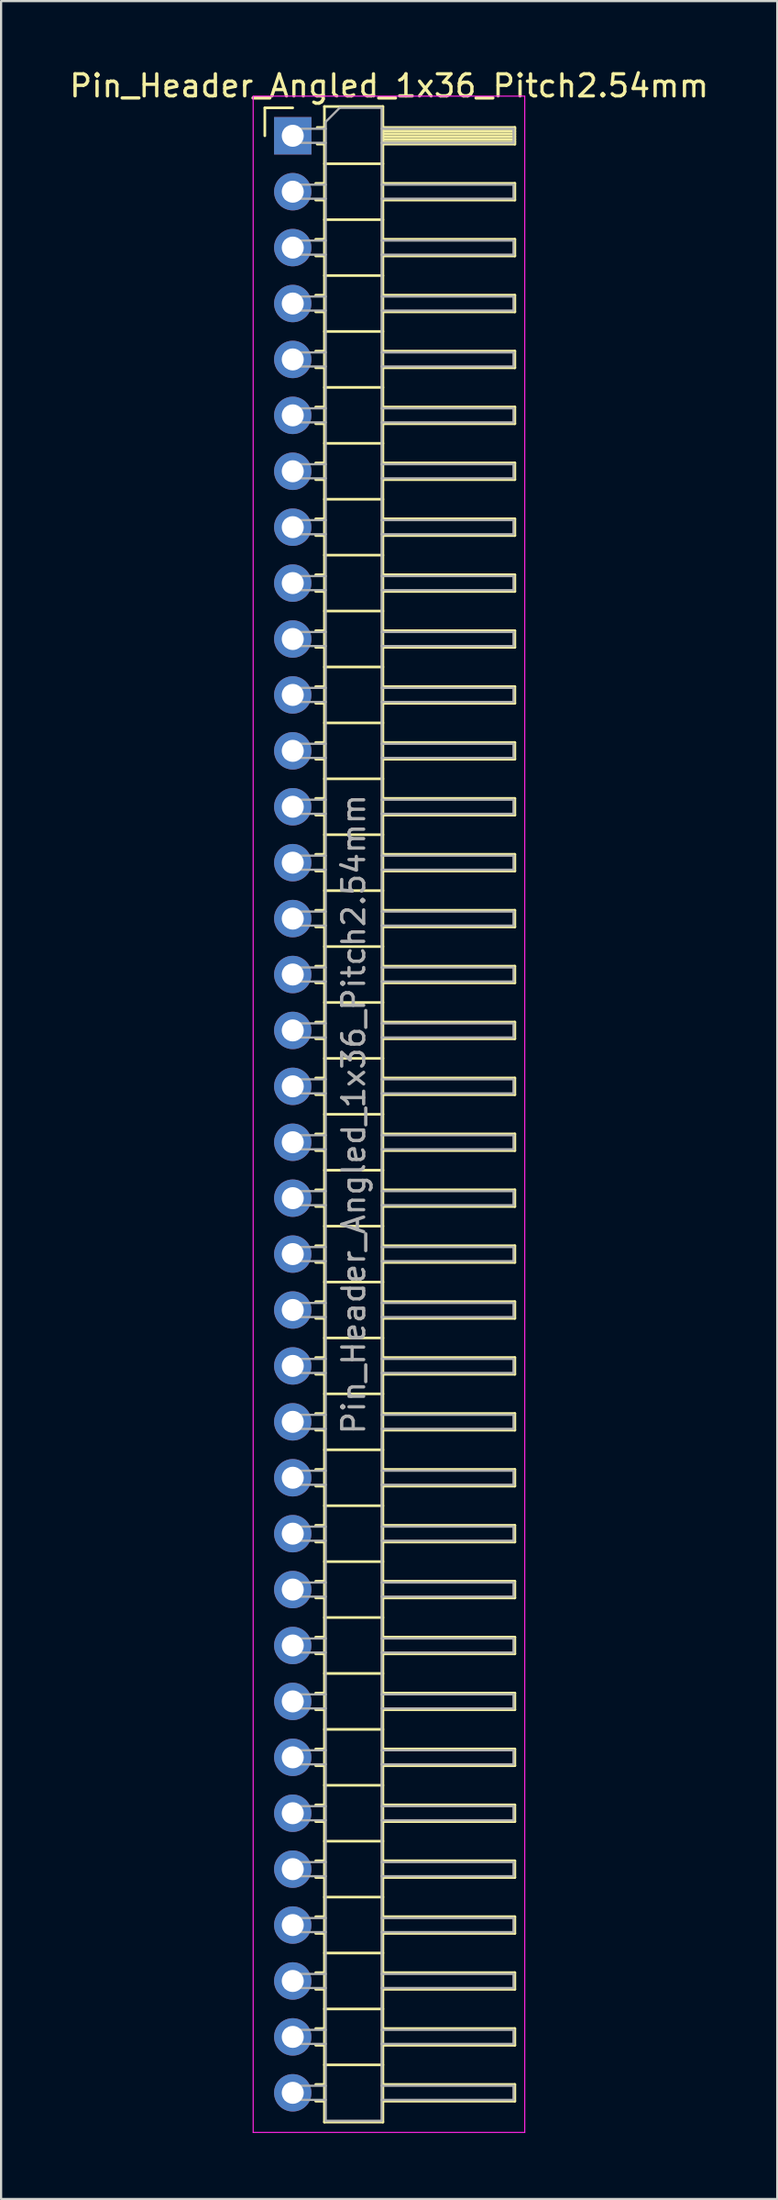
<source format=kicad_pcb>
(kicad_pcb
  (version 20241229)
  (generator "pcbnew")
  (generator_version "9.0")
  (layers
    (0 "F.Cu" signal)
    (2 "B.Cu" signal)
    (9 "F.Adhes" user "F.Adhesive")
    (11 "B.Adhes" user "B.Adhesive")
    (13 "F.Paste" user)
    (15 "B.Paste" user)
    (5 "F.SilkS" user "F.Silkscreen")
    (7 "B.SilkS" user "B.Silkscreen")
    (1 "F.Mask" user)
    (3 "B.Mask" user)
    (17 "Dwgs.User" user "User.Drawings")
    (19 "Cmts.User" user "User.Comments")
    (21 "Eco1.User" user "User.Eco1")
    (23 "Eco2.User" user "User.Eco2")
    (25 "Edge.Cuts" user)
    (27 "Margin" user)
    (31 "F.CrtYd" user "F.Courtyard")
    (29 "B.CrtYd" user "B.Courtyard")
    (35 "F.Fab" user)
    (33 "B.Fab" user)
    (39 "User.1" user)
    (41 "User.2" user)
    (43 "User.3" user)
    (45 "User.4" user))
  (footprint "Pin_Header_Angled_1x36_Pitch2.54mm"
    (layer "F.Cu")
    (at 10.264 3.118)
    (property "Reference" "Pin_Header_Angled_1x36_Pitch2.54mm" (at 4.385 -2.27 0) (layer "F.SilkS") (effects (font (size 1 1) (thickness 0.15))))
    (attr through_hole)
    (fp_line (start -1.27 -1.27) (end 0 -1.27) (stroke (width 0.12) (type solid)) (layer "F.SilkS"))
    (fp_line (start -1.27 0) (end -1.27 -1.27) (stroke (width 0.12) (type solid)) (layer "F.SilkS"))
    (fp_line (start 1.043 2.16) (end 1.44 2.16) (stroke (width 0.12) (type solid)) (layer "F.SilkS"))
    (fp_line (start 1.043 2.92) (end 1.44 2.92) (stroke (width 0.12) (type solid)) (layer "F.SilkS"))
    (fp_line (start 1.043 4.7) (end 1.44 4.7) (stroke (width 0.12) (type solid)) (layer "F.SilkS"))
    (fp_line (start 1.043 5.46) (end 1.44 5.46) (stroke (width 0.12) (type solid)) (layer "F.SilkS"))
    (fp_line (start 1.043 7.24) (end 1.44 7.24) (stroke (width 0.12) (type solid)) (layer "F.SilkS"))
    (fp_line (start 1.043 8) (end 1.44 8) (stroke (width 0.12) (type solid)) (layer "F.SilkS"))
    (fp_line (start 1.043 9.78) (end 1.44 9.78) (stroke (width 0.12) (type solid)) (layer "F.SilkS"))
    (fp_line (start 1.043 10.54) (end 1.44 10.54) (stroke (width 0.12) (type solid)) (layer "F.SilkS"))
    (fp_line (start 1.043 12.32) (end 1.44 12.32) (stroke (width 0.12) (type solid)) (layer "F.SilkS"))
    (fp_line (start 1.043 13.08) (end 1.44 13.08) (stroke (width 0.12) (type solid)) (layer "F.SilkS"))
    (fp_line (start 1.043 14.86) (end 1.44 14.86) (stroke (width 0.12) (type solid)) (layer "F.SilkS"))
    (fp_line (start 1.043 15.62) (end 1.44 15.62) (stroke (width 0.12) (type solid)) (layer "F.SilkS"))
    (fp_line (start 1.043 17.4) (end 1.44 17.4) (stroke (width 0.12) (type solid)) (layer "F.SilkS"))
    (fp_line (start 1.043 18.16) (end 1.44 18.16) (stroke (width 0.12) (type solid)) (layer "F.SilkS"))
    (fp_line (start 1.043 19.94) (end 1.44 19.94) (stroke (width 0.12) (type solid)) (layer "F.SilkS"))
    (fp_line (start 1.043 20.7) (end 1.44 20.7) (stroke (width 0.12) (type solid)) (layer "F.SilkS"))
    (fp_line (start 1.043 22.48) (end 1.44 22.48) (stroke (width 0.12) (type solid)) (layer "F.SilkS"))
    (fp_line (start 1.043 23.24) (end 1.44 23.24) (stroke (width 0.12) (type solid)) (layer "F.SilkS"))
    (fp_line (start 1.043 25.02) (end 1.44 25.02) (stroke (width 0.12) (type solid)) (layer "F.SilkS"))
    (fp_line (start 1.043 25.78) (end 1.44 25.78) (stroke (width 0.12) (type solid)) (layer "F.SilkS"))
    (fp_line (start 1.043 27.56) (end 1.44 27.56) (stroke (width 0.12) (type solid)) (layer "F.SilkS"))
    (fp_line (start 1.043 28.32) (end 1.44 28.32) (stroke (width 0.12) (type solid)) (layer "F.SilkS"))
    (fp_line (start 1.043 30.1) (end 1.44 30.1) (stroke (width 0.12) (type solid)) (layer "F.SilkS"))
    (fp_line (start 1.043 30.86) (end 1.44 30.86) (stroke (width 0.12) (type solid)) (layer "F.SilkS"))
    (fp_line (start 1.043 32.64) (end 1.44 32.64) (stroke (width 0.12) (type solid)) (layer "F.SilkS"))
    (fp_line (start 1.043 33.4) (end 1.44 33.4) (stroke (width 0.12) (type solid)) (layer "F.SilkS"))
    (fp_line (start 1.043 35.18) (end 1.44 35.18) (stroke (width 0.12) (type solid)) (layer "F.SilkS"))
    (fp_line (start 1.043 35.94) (end 1.44 35.94) (stroke (width 0.12) (type solid)) (layer "F.SilkS"))
    (fp_line (start 1.043 37.72) (end 1.44 37.72) (stroke (width 0.12) (type solid)) (layer "F.SilkS"))
    (fp_line (start 1.043 38.48) (end 1.44 38.48) (stroke (width 0.12) (type solid)) (layer "F.SilkS"))
    (fp_line (start 1.043 40.26) (end 1.44 40.26) (stroke (width 0.12) (type solid)) (layer "F.SilkS"))
    (fp_line (start 1.043 41.02) (end 1.44 41.02) (stroke (width 0.12) (type solid)) (layer "F.SilkS"))
    (fp_line (start 1.043 42.8) (end 1.44 42.8) (stroke (width 0.12) (type solid)) (layer "F.SilkS"))
    (fp_line (start 1.043 43.56) (end 1.44 43.56) (stroke (width 0.12) (type solid)) (layer "F.SilkS"))
    (fp_line (start 1.043 45.34) (end 1.44 45.34) (stroke (width 0.12) (type solid)) (layer "F.SilkS"))
    (fp_line (start 1.043 46.1) (end 1.44 46.1) (stroke (width 0.12) (type solid)) (layer "F.SilkS"))
    (fp_line (start 1.043 47.88) (end 1.44 47.88) (stroke (width 0.12) (type solid)) (layer "F.SilkS"))
    (fp_line (start 1.043 48.64) (end 1.44 48.64) (stroke (width 0.12) (type solid)) (layer "F.SilkS"))
    (fp_line (start 1.043 50.42) (end 1.44 50.42) (stroke (width 0.12) (type solid)) (layer "F.SilkS"))
    (fp_line (start 1.043 51.18) (end 1.44 51.18) (stroke (width 0.12) (type solid)) (layer "F.SilkS"))
    (fp_line (start 1.043 52.96) (end 1.44 52.96) (stroke (width 0.12) (type solid)) (layer "F.SilkS"))
    (fp_line (start 1.043 53.72) (end 1.44 53.72) (stroke (width 0.12) (type solid)) (layer "F.SilkS"))
    (fp_line (start 1.043 55.5) (end 1.44 55.5) (stroke (width 0.12) (type solid)) (layer "F.SilkS"))
    (fp_line (start 1.043 56.26) (end 1.44 56.26) (stroke (width 0.12) (type solid)) (layer "F.SilkS"))
    (fp_line (start 1.043 58.04) (end 1.44 58.04) (stroke (width 0.12) (type solid)) (layer "F.SilkS"))
    (fp_line (start 1.043 58.8) (end 1.44 58.8) (stroke (width 0.12) (type solid)) (layer "F.SilkS"))
    (fp_line (start 1.043 60.58) (end 1.44 60.58) (stroke (width 0.12) (type solid)) (layer "F.SilkS"))
    (fp_line (start 1.043 61.34) (end 1.44 61.34) (stroke (width 0.12) (type solid)) (layer "F.SilkS"))
    (fp_line (start 1.043 63.12) (end 1.44 63.12) (stroke (width 0.12) (type solid)) (layer "F.SilkS"))
    (fp_line (start 1.043 63.88) (end 1.44 63.88) (stroke (width 0.12) (type solid)) (layer "F.SilkS"))
    (fp_line (start 1.043 65.66) (end 1.44 65.66) (stroke (width 0.12) (type solid)) (layer "F.SilkS"))
    (fp_line (start 1.043 66.42) (end 1.44 66.42) (stroke (width 0.12) (type solid)) (layer "F.SilkS"))
    (fp_line (start 1.043 68.2) (end 1.44 68.2) (stroke (width 0.12) (type solid)) (layer "F.SilkS"))
    (fp_line (start 1.043 68.96) (end 1.44 68.96) (stroke (width 0.12) (type solid)) (layer "F.SilkS"))
    (fp_line (start 1.043 70.74) (end 1.44 70.74) (stroke (width 0.12) (type solid)) (layer "F.SilkS"))
    (fp_line (start 1.043 71.5) (end 1.44 71.5) (stroke (width 0.12) (type solid)) (layer "F.SilkS"))
    (fp_line (start 1.043 73.28) (end 1.44 73.28) (stroke (width 0.12) (type solid)) (layer "F.SilkS"))
    (fp_line (start 1.043 74.04) (end 1.44 74.04) (stroke (width 0.12) (type solid)) (layer "F.SilkS"))
    (fp_line (start 1.043 75.82) (end 1.44 75.82) (stroke (width 0.12) (type solid)) (layer "F.SilkS"))
    (fp_line (start 1.043 76.58) (end 1.44 76.58) (stroke (width 0.12) (type solid)) (layer "F.SilkS"))
    (fp_line (start 1.043 78.36) (end 1.44 78.36) (stroke (width 0.12) (type solid)) (layer "F.SilkS"))
    (fp_line (start 1.043 79.12) (end 1.44 79.12) (stroke (width 0.12) (type solid)) (layer "F.SilkS"))
    (fp_line (start 1.043 80.9) (end 1.44 80.9) (stroke (width 0.12) (type solid)) (layer "F.SilkS"))
    (fp_line (start 1.043 81.66) (end 1.44 81.66) (stroke (width 0.12) (type solid)) (layer "F.SilkS"))
    (fp_line (start 1.043 83.44) (end 1.44 83.44) (stroke (width 0.12) (type solid)) (layer "F.SilkS"))
    (fp_line (start 1.043 84.2) (end 1.44 84.2) (stroke (width 0.12) (type solid)) (layer "F.SilkS"))
    (fp_line (start 1.043 85.98) (end 1.44 85.98) (stroke (width 0.12) (type solid)) (layer "F.SilkS"))
    (fp_line (start 1.043 86.74) (end 1.44 86.74) (stroke (width 0.12) (type solid)) (layer "F.SilkS"))
    (fp_line (start 1.043 88.52) (end 1.44 88.52) (stroke (width 0.12) (type solid)) (layer "F.SilkS"))
    (fp_line (start 1.043 89.28) (end 1.44 89.28) (stroke (width 0.12) (type solid)) (layer "F.SilkS"))
    (fp_line (start 1.11 -0.38) (end 1.44 -0.38) (stroke (width 0.12) (type solid)) (layer "F.SilkS"))
    (fp_line (start 1.11 0.38) (end 1.44 0.38) (stroke (width 0.12) (type solid)) (layer "F.SilkS"))
    (fp_line (start 1.44 -1.33) (end 1.44 90.23) (stroke (width 0.12) (type solid)) (layer "F.SilkS"))
    (fp_line (start 1.44 1.27) (end 4.1 1.27) (stroke (width 0.12) (type solid)) (layer "F.SilkS"))
    (fp_line (start 1.44 3.81) (end 4.1 3.81) (stroke (width 0.12) (type solid)) (layer "F.SilkS"))
    (fp_line (start 1.44 6.35) (end 4.1 6.35) (stroke (width 0.12) (type solid)) (layer "F.SilkS"))
    (fp_line (start 1.44 8.89) (end 4.1 8.89) (stroke (width 0.12) (type solid)) (layer "F.SilkS"))
    (fp_line (start 1.44 11.43) (end 4.1 11.43) (stroke (width 0.12) (type solid)) (layer "F.SilkS"))
    (fp_line (start 1.44 13.97) (end 4.1 13.97) (stroke (width 0.12) (type solid)) (layer "F.SilkS"))
    (fp_line (start 1.44 16.51) (end 4.1 16.51) (stroke (width 0.12) (type solid)) (layer "F.SilkS"))
    (fp_line (start 1.44 19.05) (end 4.1 19.05) (stroke (width 0.12) (type solid)) (layer "F.SilkS"))
    (fp_line (start 1.44 21.59) (end 4.1 21.59) (stroke (width 0.12) (type solid)) (layer "F.SilkS"))
    (fp_line (start 1.44 24.13) (end 4.1 24.13) (stroke (width 0.12) (type solid)) (layer "F.SilkS"))
    (fp_line (start 1.44 26.67) (end 4.1 26.67) (stroke (width 0.12) (type solid)) (layer "F.SilkS"))
    (fp_line (start 1.44 29.21) (end 4.1 29.21) (stroke (width 0.12) (type solid)) (layer "F.SilkS"))
    (fp_line (start 1.44 31.75) (end 4.1 31.75) (stroke (width 0.12) (type solid)) (layer "F.SilkS"))
    (fp_line (start 1.44 34.29) (end 4.1 34.29) (stroke (width 0.12) (type solid)) (layer "F.SilkS"))
    (fp_line (start 1.44 36.83) (end 4.1 36.83) (stroke (width 0.12) (type solid)) (layer "F.SilkS"))
    (fp_line (start 1.44 39.37) (end 4.1 39.37) (stroke (width 0.12) (type solid)) (layer "F.SilkS"))
    (fp_line (start 1.44 41.91) (end 4.1 41.91) (stroke (width 0.12) (type solid)) (layer "F.SilkS"))
    (fp_line (start 1.44 44.45) (end 4.1 44.45) (stroke (width 0.12) (type solid)) (layer "F.SilkS"))
    (fp_line (start 1.44 46.99) (end 4.1 46.99) (stroke (width 0.12) (type solid)) (layer "F.SilkS"))
    (fp_line (start 1.44 49.53) (end 4.1 49.53) (stroke (width 0.12) (type solid)) (layer "F.SilkS"))
    (fp_line (start 1.44 52.07) (end 4.1 52.07) (stroke (width 0.12) (type solid)) (layer "F.SilkS"))
    (fp_line (start 1.44 54.61) (end 4.1 54.61) (stroke (width 0.12) (type solid)) (layer "F.SilkS"))
    (fp_line (start 1.44 57.15) (end 4.1 57.15) (stroke (width 0.12) (type solid)) (layer "F.SilkS"))
    (fp_line (start 1.44 59.69) (end 4.1 59.69) (stroke (width 0.12) (type solid)) (layer "F.SilkS"))
    (fp_line (start 1.44 62.23) (end 4.1 62.23) (stroke (width 0.12) (type solid)) (layer "F.SilkS"))
    (fp_line (start 1.44 64.77) (end 4.1 64.77) (stroke (width 0.12) (type solid)) (layer "F.SilkS"))
    (fp_line (start 1.44 67.31) (end 4.1 67.31) (stroke (width 0.12) (type solid)) (layer "F.SilkS"))
    (fp_line (start 1.44 69.85) (end 4.1 69.85) (stroke (width 0.12) (type solid)) (layer "F.SilkS"))
    (fp_line (start 1.44 72.39) (end 4.1 72.39) (stroke (width 0.12) (type solid)) (layer "F.SilkS"))
    (fp_line (start 1.44 74.93) (end 4.1 74.93) (stroke (width 0.12) (type solid)) (layer "F.SilkS"))
    (fp_line (start 1.44 77.47) (end 4.1 77.47) (stroke (width 0.12) (type solid)) (layer "F.SilkS"))
    (fp_line (start 1.44 80.01) (end 4.1 80.01) (stroke (width 0.12) (type solid)) (layer "F.SilkS"))
    (fp_line (start 1.44 82.55) (end 4.1 82.55) (stroke (width 0.12) (type solid)) (layer "F.SilkS"))
    (fp_line (start 1.44 85.09) (end 4.1 85.09) (stroke (width 0.12) (type solid)) (layer "F.SilkS"))
    (fp_line (start 1.44 87.63) (end 4.1 87.63) (stroke (width 0.12) (type solid)) (layer "F.SilkS"))
    (fp_line (start 1.44 90.23) (end 4.1 90.23) (stroke (width 0.12) (type solid)) (layer "F.SilkS"))
    (fp_line (start 4.1 -1.33) (end 1.44 -1.33) (stroke (width 0.12) (type solid)) (layer "F.SilkS"))
    (fp_line (start 4.1 -0.38) (end 10.1 -0.38) (stroke (width 0.12) (type solid)) (layer "F.SilkS"))
    (fp_line (start 4.1 -0.32) (end 10.1 -0.32) (stroke (width 0.12) (type solid)) (layer "F.SilkS"))
    (fp_line (start 4.1 -0.2) (end 10.1 -0.2) (stroke (width 0.12) (type solid)) (layer "F.SilkS"))
    (fp_line (start 4.1 -0.08) (end 10.1 -0.08) (stroke (width 0.12) (type solid)) (layer "F.SilkS"))
    (fp_line (start 4.1 0.04) (end 10.1 0.04) (stroke (width 0.12) (type solid)) (layer "F.SilkS"))
    (fp_line (start 4.1 0.16) (end 10.1 0.16) (stroke (width 0.12) (type solid)) (layer "F.SilkS"))
    (fp_line (start 4.1 0.28) (end 10.1 0.28) (stroke (width 0.12) (type solid)) (layer "F.SilkS"))
    (fp_line (start 4.1 2.16) (end 10.1 2.16) (stroke (width 0.12) (type solid)) (layer "F.SilkS"))
    (fp_line (start 4.1 4.7) (end 10.1 4.7) (stroke (width 0.12) (type solid)) (layer "F.SilkS"))
    (fp_line (start 4.1 7.24) (end 10.1 7.24) (stroke (width 0.12) (type solid)) (layer "F.SilkS"))
    (fp_line (start 4.1 9.78) (end 10.1 9.78) (stroke (width 0.12) (type solid)) (layer "F.SilkS"))
    (fp_line (start 4.1 12.32) (end 10.1 12.32) (stroke (width 0.12) (type solid)) (layer "F.SilkS"))
    (fp_line (start 4.1 14.86) (end 10.1 14.86) (stroke (width 0.12) (type solid)) (layer "F.SilkS"))
    (fp_line (start 4.1 17.4) (end 10.1 17.4) (stroke (width 0.12) (type solid)) (layer "F.SilkS"))
    (fp_line (start 4.1 19.94) (end 10.1 19.94) (stroke (width 0.12) (type solid)) (layer "F.SilkS"))
    (fp_line (start 4.1 22.48) (end 10.1 22.48) (stroke (width 0.12) (type solid)) (layer "F.SilkS"))
    (fp_line (start 4.1 25.02) (end 10.1 25.02) (stroke (width 0.12) (type solid)) (layer "F.SilkS"))
    (fp_line (start 4.1 27.56) (end 10.1 27.56) (stroke (width 0.12) (type solid)) (layer "F.SilkS"))
    (fp_line (start 4.1 30.1) (end 10.1 30.1) (stroke (width 0.12) (type solid)) (layer "F.SilkS"))
    (fp_line (start 4.1 32.64) (end 10.1 32.64) (stroke (width 0.12) (type solid)) (layer "F.SilkS"))
    (fp_line (start 4.1 35.18) (end 10.1 35.18) (stroke (width 0.12) (type solid)) (layer "F.SilkS"))
    (fp_line (start 4.1 37.72) (end 10.1 37.72) (stroke (width 0.12) (type solid)) (layer "F.SilkS"))
    (fp_line (start 4.1 40.26) (end 10.1 40.26) (stroke (width 0.12) (type solid)) (layer "F.SilkS"))
    (fp_line (start 4.1 42.8) (end 10.1 42.8) (stroke (width 0.12) (type solid)) (layer "F.SilkS"))
    (fp_line (start 4.1 45.34) (end 10.1 45.34) (stroke (width 0.12) (type solid)) (layer "F.SilkS"))
    (fp_line (start 4.1 47.88) (end 10.1 47.88) (stroke (width 0.12) (type solid)) (layer "F.SilkS"))
    (fp_line (start 4.1 50.42) (end 10.1 50.42) (stroke (width 0.12) (type solid)) (layer "F.SilkS"))
    (fp_line (start 4.1 52.96) (end 10.1 52.96) (stroke (width 0.12) (type solid)) (layer "F.SilkS"))
    (fp_line (start 4.1 55.5) (end 10.1 55.5) (stroke (width 0.12) (type solid)) (layer "F.SilkS"))
    (fp_line (start 4.1 58.04) (end 10.1 58.04) (stroke (width 0.12) (type solid)) (layer "F.SilkS"))
    (fp_line (start 4.1 60.58) (end 10.1 60.58) (stroke (width 0.12) (type solid)) (layer "F.SilkS"))
    (fp_line (start 4.1 63.12) (end 10.1 63.12) (stroke (width 0.12) (type solid)) (layer "F.SilkS"))
    (fp_line (start 4.1 65.66) (end 10.1 65.66) (stroke (width 0.12) (type solid)) (layer "F.SilkS"))
    (fp_line (start 4.1 68.2) (end 10.1 68.2) (stroke (width 0.12) (type solid)) (layer "F.SilkS"))
    (fp_line (start 4.1 70.74) (end 10.1 70.74) (stroke (width 0.12) (type solid)) (layer "F.SilkS"))
    (fp_line (start 4.1 73.28) (end 10.1 73.28) (stroke (width 0.12) (type solid)) (layer "F.SilkS"))
    (fp_line (start 4.1 75.82) (end 10.1 75.82) (stroke (width 0.12) (type solid)) (layer "F.SilkS"))
    (fp_line (start 4.1 78.36) (end 10.1 78.36) (stroke (width 0.12) (type solid)) (layer "F.SilkS"))
    (fp_line (start 4.1 80.9) (end 10.1 80.9) (stroke (width 0.12) (type solid)) (layer "F.SilkS"))
    (fp_line (start 4.1 83.44) (end 10.1 83.44) (stroke (width 0.12) (type solid)) (layer "F.SilkS"))
    (fp_line (start 4.1 85.98) (end 10.1 85.98) (stroke (width 0.12) (type solid)) (layer "F.SilkS"))
    (fp_line (start 4.1 88.52) (end 10.1 88.52) (stroke (width 0.12) (type solid)) (layer "F.SilkS"))
    (fp_line (start 4.1 90.23) (end 4.1 -1.33) (stroke (width 0.12) (type solid)) (layer "F.SilkS"))
    (fp_line (start 10.1 -0.38) (end 10.1 0.38) (stroke (width 0.12) (type solid)) (layer "F.SilkS"))
    (fp_line (start 10.1 0.38) (end 4.1 0.38) (stroke (width 0.12) (type solid)) (layer "F.SilkS"))
    (fp_line (start 10.1 2.16) (end 10.1 2.92) (stroke (width 0.12) (type solid)) (layer "F.SilkS"))
    (fp_line (start 10.1 2.92) (end 4.1 2.92) (stroke (width 0.12) (type solid)) (layer "F.SilkS"))
    (fp_line (start 10.1 4.7) (end 10.1 5.46) (stroke (width 0.12) (type solid)) (layer "F.SilkS"))
    (fp_line (start 10.1 5.46) (end 4.1 5.46) (stroke (width 0.12) (type solid)) (layer "F.SilkS"))
    (fp_line (start 10.1 7.24) (end 10.1 8) (stroke (width 0.12) (type solid)) (layer "F.SilkS"))
    (fp_line (start 10.1 8) (end 4.1 8) (stroke (width 0.12) (type solid)) (layer "F.SilkS"))
    (fp_line (start 10.1 9.78) (end 10.1 10.54) (stroke (width 0.12) (type solid)) (layer "F.SilkS"))
    (fp_line (start 10.1 10.54) (end 4.1 10.54) (stroke (width 0.12) (type solid)) (layer "F.SilkS"))
    (fp_line (start 10.1 12.32) (end 10.1 13.08) (stroke (width 0.12) (type solid)) (layer "F.SilkS"))
    (fp_line (start 10.1 13.08) (end 4.1 13.08) (stroke (width 0.12) (type solid)) (layer "F.SilkS"))
    (fp_line (start 10.1 14.86) (end 10.1 15.62) (stroke (width 0.12) (type solid)) (layer "F.SilkS"))
    (fp_line (start 10.1 15.62) (end 4.1 15.62) (stroke (width 0.12) (type solid)) (layer "F.SilkS"))
    (fp_line (start 10.1 17.4) (end 10.1 18.16) (stroke (width 0.12) (type solid)) (layer "F.SilkS"))
    (fp_line (start 10.1 18.16) (end 4.1 18.16) (stroke (width 0.12) (type solid)) (layer "F.SilkS"))
    (fp_line (start 10.1 19.94) (end 10.1 20.7) (stroke (width 0.12) (type solid)) (layer "F.SilkS"))
    (fp_line (start 10.1 20.7) (end 4.1 20.7) (stroke (width 0.12) (type solid)) (layer "F.SilkS"))
    (fp_line (start 10.1 22.48) (end 10.1 23.24) (stroke (width 0.12) (type solid)) (layer "F.SilkS"))
    (fp_line (start 10.1 23.24) (end 4.1 23.24) (stroke (width 0.12) (type solid)) (layer "F.SilkS"))
    (fp_line (start 10.1 25.02) (end 10.1 25.78) (stroke (width 0.12) (type solid)) (layer "F.SilkS"))
    (fp_line (start 10.1 25.78) (end 4.1 25.78) (stroke (width 0.12) (type solid)) (layer "F.SilkS"))
    (fp_line (start 10.1 27.56) (end 10.1 28.32) (stroke (width 0.12) (type solid)) (layer "F.SilkS"))
    (fp_line (start 10.1 28.32) (end 4.1 28.32) (stroke (width 0.12) (type solid)) (layer "F.SilkS"))
    (fp_line (start 10.1 30.1) (end 10.1 30.86) (stroke (width 0.12) (type solid)) (layer "F.SilkS"))
    (fp_line (start 10.1 30.86) (end 4.1 30.86) (stroke (width 0.12) (type solid)) (layer "F.SilkS"))
    (fp_line (start 10.1 32.64) (end 10.1 33.4) (stroke (width 0.12) (type solid)) (layer "F.SilkS"))
    (fp_line (start 10.1 33.4) (end 4.1 33.4) (stroke (width 0.12) (type solid)) (layer "F.SilkS"))
    (fp_line (start 10.1 35.18) (end 10.1 35.94) (stroke (width 0.12) (type solid)) (layer "F.SilkS"))
    (fp_line (start 10.1 35.94) (end 4.1 35.94) (stroke (width 0.12) (type solid)) (layer "F.SilkS"))
    (fp_line (start 10.1 37.72) (end 10.1 38.48) (stroke (width 0.12) (type solid)) (layer "F.SilkS"))
    (fp_line (start 10.1 38.48) (end 4.1 38.48) (stroke (width 0.12) (type solid)) (layer "F.SilkS"))
    (fp_line (start 10.1 40.26) (end 10.1 41.02) (stroke (width 0.12) (type solid)) (layer "F.SilkS"))
    (fp_line (start 10.1 41.02) (end 4.1 41.02) (stroke (width 0.12) (type solid)) (layer "F.SilkS"))
    (fp_line (start 10.1 42.8) (end 10.1 43.56) (stroke (width 0.12) (type solid)) (layer "F.SilkS"))
    (fp_line (start 10.1 43.56) (end 4.1 43.56) (stroke (width 0.12) (type solid)) (layer "F.SilkS"))
    (fp_line (start 10.1 45.34) (end 10.1 46.1) (stroke (width 0.12) (type solid)) (layer "F.SilkS"))
    (fp_line (start 10.1 46.1) (end 4.1 46.1) (stroke (width 0.12) (type solid)) (layer "F.SilkS"))
    (fp_line (start 10.1 47.88) (end 10.1 48.64) (stroke (width 0.12) (type solid)) (layer "F.SilkS"))
    (fp_line (start 10.1 48.64) (end 4.1 48.64) (stroke (width 0.12) (type solid)) (layer "F.SilkS"))
    (fp_line (start 10.1 50.42) (end 10.1 51.18) (stroke (width 0.12) (type solid)) (layer "F.SilkS"))
    (fp_line (start 10.1 51.18) (end 4.1 51.18) (stroke (width 0.12) (type solid)) (layer "F.SilkS"))
    (fp_line (start 10.1 52.96) (end 10.1 53.72) (stroke (width 0.12) (type solid)) (layer "F.SilkS"))
    (fp_line (start 10.1 53.72) (end 4.1 53.72) (stroke (width 0.12) (type solid)) (layer "F.SilkS"))
    (fp_line (start 10.1 55.5) (end 10.1 56.26) (stroke (width 0.12) (type solid)) (layer "F.SilkS"))
    (fp_line (start 10.1 56.26) (end 4.1 56.26) (stroke (width 0.12) (type solid)) (layer "F.SilkS"))
    (fp_line (start 10.1 58.04) (end 10.1 58.8) (stroke (width 0.12) (type solid)) (layer "F.SilkS"))
    (fp_line (start 10.1 58.8) (end 4.1 58.8) (stroke (width 0.12) (type solid)) (layer "F.SilkS"))
    (fp_line (start 10.1 60.58) (end 10.1 61.34) (stroke (width 0.12) (type solid)) (layer "F.SilkS"))
    (fp_line (start 10.1 61.34) (end 4.1 61.34) (stroke (width 0.12) (type solid)) (layer "F.SilkS"))
    (fp_line (start 10.1 63.12) (end 10.1 63.88) (stroke (width 0.12) (type solid)) (layer "F.SilkS"))
    (fp_line (start 10.1 63.88) (end 4.1 63.88) (stroke (width 0.12) (type solid)) (layer "F.SilkS"))
    (fp_line (start 10.1 65.66) (end 10.1 66.42) (stroke (width 0.12) (type solid)) (layer "F.SilkS"))
    (fp_line (start 10.1 66.42) (end 4.1 66.42) (stroke (width 0.12) (type solid)) (layer "F.SilkS"))
    (fp_line (start 10.1 68.2) (end 10.1 68.96) (stroke (width 0.12) (type solid)) (layer "F.SilkS"))
    (fp_line (start 10.1 68.96) (end 4.1 68.96) (stroke (width 0.12) (type solid)) (layer "F.SilkS"))
    (fp_line (start 10.1 70.74) (end 10.1 71.5) (stroke (width 0.12) (type solid)) (layer "F.SilkS"))
    (fp_line (start 10.1 71.5) (end 4.1 71.5) (stroke (width 0.12) (type solid)) (layer "F.SilkS"))
    (fp_line (start 10.1 73.28) (end 10.1 74.04) (stroke (width 0.12) (type solid)) (layer "F.SilkS"))
    (fp_line (start 10.1 74.04) (end 4.1 74.04) (stroke (width 0.12) (type solid)) (layer "F.SilkS"))
    (fp_line (start 10.1 75.82) (end 10.1 76.58) (stroke (width 0.12) (type solid)) (layer "F.SilkS"))
    (fp_line (start 10.1 76.58) (end 4.1 76.58) (stroke (width 0.12) (type solid)) (layer "F.SilkS"))
    (fp_line (start 10.1 78.36) (end 10.1 79.12) (stroke (width 0.12) (type solid)) (layer "F.SilkS"))
    (fp_line (start 10.1 79.12) (end 4.1 79.12) (stroke (width 0.12) (type solid)) (layer "F.SilkS"))
    (fp_line (start 10.1 80.9) (end 10.1 81.66) (stroke (width 0.12) (type solid)) (layer "F.SilkS"))
    (fp_line (start 10.1 81.66) (end 4.1 81.66) (stroke (width 0.12) (type solid)) (layer "F.SilkS"))
    (fp_line (start 10.1 83.44) (end 10.1 84.2) (stroke (width 0.12) (type solid)) (layer "F.SilkS"))
    (fp_line (start 10.1 84.2) (end 4.1 84.2) (stroke (width 0.12) (type solid)) (layer "F.SilkS"))
    (fp_line (start 10.1 85.98) (end 10.1 86.74) (stroke (width 0.12) (type solid)) (layer "F.SilkS"))
    (fp_line (start 10.1 86.74) (end 4.1 86.74) (stroke (width 0.12) (type solid)) (layer "F.SilkS"))
    (fp_line (start 10.1 88.52) (end 10.1 89.28) (stroke (width 0.12) (type solid)) (layer "F.SilkS"))
    (fp_line (start 10.1 89.28) (end 4.1 89.28) (stroke (width 0.12) (type solid)) (layer "F.SilkS"))
    (fp_line (start -1.8 -1.8) (end -1.8 90.7) (stroke (width 0.05) (type solid)) (layer "F.CrtYd"))
    (fp_line (start -1.8 90.7) (end 10.55 90.7) (stroke (width 0.05) (type solid)) (layer "F.CrtYd"))
    (fp_line (start 10.55 -1.8) (end -1.8 -1.8) (stroke (width 0.05) (type solid)) (layer "F.CrtYd"))
    (fp_line (start 10.55 90.7) (end 10.55 -1.8) (stroke (width 0.05) (type solid)) (layer "F.CrtYd"))
    (fp_line (start -0.32 -0.32) (end -0.32 0.32) (stroke (width 0.1) (type solid)) (layer "F.Fab"))
    (fp_line (start -0.32 -0.32) (end 1.5 -0.32) (stroke (width 0.1) (type solid)) (layer "F.Fab"))
    (fp_line (start -0.32 0.32) (end 1.5 0.32) (stroke (width 0.1) (type solid)) (layer "F.Fab"))
    (fp_line (start -0.32 2.22) (end -0.32 2.86) (stroke (width 0.1) (type solid)) (layer "F.Fab"))
    (fp_line (start -0.32 2.22) (end 1.5 2.22) (stroke (width 0.1) (type solid)) (layer "F.Fab"))
    (fp_line (start -0.32 2.86) (end 1.5 2.86) (stroke (width 0.1) (type solid)) (layer "F.Fab"))
    (fp_line (start -0.32 4.76) (end -0.32 5.4) (stroke (width 0.1) (type solid)) (layer "F.Fab"))
    (fp_line (start -0.32 4.76) (end 1.5 4.76) (stroke (width 0.1) (type solid)) (layer "F.Fab"))
    (fp_line (start -0.32 5.4) (end 1.5 5.4) (stroke (width 0.1) (type solid)) (layer "F.Fab"))
    (fp_line (start -0.32 7.3) (end -0.32 7.94) (stroke (width 0.1) (type solid)) (layer "F.Fab"))
    (fp_line (start -0.32 7.3) (end 1.5 7.3) (stroke (width 0.1) (type solid)) (layer "F.Fab"))
    (fp_line (start -0.32 7.94) (end 1.5 7.94) (stroke (width 0.1) (type solid)) (layer "F.Fab"))
    (fp_line (start -0.32 9.84) (end -0.32 10.48) (stroke (width 0.1) (type solid)) (layer "F.Fab"))
    (fp_line (start -0.32 9.84) (end 1.5 9.84) (stroke (width 0.1) (type solid)) (layer "F.Fab"))
    (fp_line (start -0.32 10.48) (end 1.5 10.48) (stroke (width 0.1) (type solid)) (layer "F.Fab"))
    (fp_line (start -0.32 12.38) (end -0.32 13.02) (stroke (width 0.1) (type solid)) (layer "F.Fab"))
    (fp_line (start -0.32 12.38) (end 1.5 12.38) (stroke (width 0.1) (type solid)) (layer "F.Fab"))
    (fp_line (start -0.32 13.02) (end 1.5 13.02) (stroke (width 0.1) (type solid)) (layer "F.Fab"))
    (fp_line (start -0.32 14.92) (end -0.32 15.56) (stroke (width 0.1) (type solid)) (layer "F.Fab"))
    (fp_line (start -0.32 14.92) (end 1.5 14.92) (stroke (width 0.1) (type solid)) (layer "F.Fab"))
    (fp_line (start -0.32 15.56) (end 1.5 15.56) (stroke (width 0.1) (type solid)) (layer "F.Fab"))
    (fp_line (start -0.32 17.46) (end -0.32 18.1) (stroke (width 0.1) (type solid)) (layer "F.Fab"))
    (fp_line (start -0.32 17.46) (end 1.5 17.46) (stroke (width 0.1) (type solid)) (layer "F.Fab"))
    (fp_line (start -0.32 18.1) (end 1.5 18.1) (stroke (width 0.1) (type solid)) (layer "F.Fab"))
    (fp_line (start -0.32 20) (end -0.32 20.64) (stroke (width 0.1) (type solid)) (layer "F.Fab"))
    (fp_line (start -0.32 20) (end 1.5 20) (stroke (width 0.1) (type solid)) (layer "F.Fab"))
    (fp_line (start -0.32 20.64) (end 1.5 20.64) (stroke (width 0.1) (type solid)) (layer "F.Fab"))
    (fp_line (start -0.32 22.54) (end -0.32 23.18) (stroke (width 0.1) (type solid)) (layer "F.Fab"))
    (fp_line (start -0.32 22.54) (end 1.5 22.54) (stroke (width 0.1) (type solid)) (layer "F.Fab"))
    (fp_line (start -0.32 23.18) (end 1.5 23.18) (stroke (width 0.1) (type solid)) (layer "F.Fab"))
    (fp_line (start -0.32 25.08) (end -0.32 25.72) (stroke (width 0.1) (type solid)) (layer "F.Fab"))
    (fp_line (start -0.32 25.08) (end 1.5 25.08) (stroke (width 0.1) (type solid)) (layer "F.Fab"))
    (fp_line (start -0.32 25.72) (end 1.5 25.72) (stroke (width 0.1) (type solid)) (layer "F.Fab"))
    (fp_line (start -0.32 27.62) (end -0.32 28.26) (stroke (width 0.1) (type solid)) (layer "F.Fab"))
    (fp_line (start -0.32 27.62) (end 1.5 27.62) (stroke (width 0.1) (type solid)) (layer "F.Fab"))
    (fp_line (start -0.32 28.26) (end 1.5 28.26) (stroke (width 0.1) (type solid)) (layer "F.Fab"))
    (fp_line (start -0.32 30.16) (end -0.32 30.8) (stroke (width 0.1) (type solid)) (layer "F.Fab"))
    (fp_line (start -0.32 30.16) (end 1.5 30.16) (stroke (width 0.1) (type solid)) (layer "F.Fab"))
    (fp_line (start -0.32 30.8) (end 1.5 30.8) (stroke (width 0.1) (type solid)) (layer "F.Fab"))
    (fp_line (start -0.32 32.7) (end -0.32 33.34) (stroke (width 0.1) (type solid)) (layer "F.Fab"))
    (fp_line (start -0.32 32.7) (end 1.5 32.7) (stroke (width 0.1) (type solid)) (layer "F.Fab"))
    (fp_line (start -0.32 33.34) (end 1.5 33.34) (stroke (width 0.1) (type solid)) (layer "F.Fab"))
    (fp_line (start -0.32 35.24) (end -0.32 35.88) (stroke (width 0.1) (type solid)) (layer "F.Fab"))
    (fp_line (start -0.32 35.24) (end 1.5 35.24) (stroke (width 0.1) (type solid)) (layer "F.Fab"))
    (fp_line (start -0.32 35.88) (end 1.5 35.88) (stroke (width 0.1) (type solid)) (layer "F.Fab"))
    (fp_line (start -0.32 37.78) (end -0.32 38.42) (stroke (width 0.1) (type solid)) (layer "F.Fab"))
    (fp_line (start -0.32 37.78) (end 1.5 37.78) (stroke (width 0.1) (type solid)) (layer "F.Fab"))
    (fp_line (start -0.32 38.42) (end 1.5 38.42) (stroke (width 0.1) (type solid)) (layer "F.Fab"))
    (fp_line (start -0.32 40.32) (end -0.32 40.96) (stroke (width 0.1) (type solid)) (layer "F.Fab"))
    (fp_line (start -0.32 40.32) (end 1.5 40.32) (stroke (width 0.1) (type solid)) (layer "F.Fab"))
    (fp_line (start -0.32 40.96) (end 1.5 40.96) (stroke (width 0.1) (type solid)) (layer "F.Fab"))
    (fp_line (start -0.32 42.86) (end -0.32 43.5) (stroke (width 0.1) (type solid)) (layer "F.Fab"))
    (fp_line (start -0.32 42.86) (end 1.5 42.86) (stroke (width 0.1) (type solid)) (layer "F.Fab"))
    (fp_line (start -0.32 43.5) (end 1.5 43.5) (stroke (width 0.1) (type solid)) (layer "F.Fab"))
    (fp_line (start -0.32 45.4) (end -0.32 46.04) (stroke (width 0.1) (type solid)) (layer "F.Fab"))
    (fp_line (start -0.32 45.4) (end 1.5 45.4) (stroke (width 0.1) (type solid)) (layer "F.Fab"))
    (fp_line (start -0.32 46.04) (end 1.5 46.04) (stroke (width 0.1) (type solid)) (layer "F.Fab"))
    (fp_line (start -0.32 47.94) (end -0.32 48.58) (stroke (width 0.1) (type solid)) (layer "F.Fab"))
    (fp_line (start -0.32 47.94) (end 1.5 47.94) (stroke (width 0.1) (type solid)) (layer "F.Fab"))
    (fp_line (start -0.32 48.58) (end 1.5 48.58) (stroke (width 0.1) (type solid)) (layer "F.Fab"))
    (fp_line (start -0.32 50.48) (end -0.32 51.12) (stroke (width 0.1) (type solid)) (layer "F.Fab"))
    (fp_line (start -0.32 50.48) (end 1.5 50.48) (stroke (width 0.1) (type solid)) (layer "F.Fab"))
    (fp_line (start -0.32 51.12) (end 1.5 51.12) (stroke (width 0.1) (type solid)) (layer "F.Fab"))
    (fp_line (start -0.32 53.02) (end -0.32 53.66) (stroke (width 0.1) (type solid)) (layer "F.Fab"))
    (fp_line (start -0.32 53.02) (end 1.5 53.02) (stroke (width 0.1) (type solid)) (layer "F.Fab"))
    (fp_line (start -0.32 53.66) (end 1.5 53.66) (stroke (width 0.1) (type solid)) (layer "F.Fab"))
    (fp_line (start -0.32 55.56) (end -0.32 56.2) (stroke (width 0.1) (type solid)) (layer "F.Fab"))
    (fp_line (start -0.32 55.56) (end 1.5 55.56) (stroke (width 0.1) (type solid)) (layer "F.Fab"))
    (fp_line (start -0.32 56.2) (end 1.5 56.2) (stroke (width 0.1) (type solid)) (layer "F.Fab"))
    (fp_line (start -0.32 58.1) (end -0.32 58.74) (stroke (width 0.1) (type solid)) (layer "F.Fab"))
    (fp_line (start -0.32 58.1) (end 1.5 58.1) (stroke (width 0.1) (type solid)) (layer "F.Fab"))
    (fp_line (start -0.32 58.74) (end 1.5 58.74) (stroke (width 0.1) (type solid)) (layer "F.Fab"))
    (fp_line (start -0.32 60.64) (end -0.32 61.28) (stroke (width 0.1) (type solid)) (layer "F.Fab"))
    (fp_line (start -0.32 60.64) (end 1.5 60.64) (stroke (width 0.1) (type solid)) (layer "F.Fab"))
    (fp_line (start -0.32 61.28) (end 1.5 61.28) (stroke (width 0.1) (type solid)) (layer "F.Fab"))
    (fp_line (start -0.32 63.18) (end -0.32 63.82) (stroke (width 0.1) (type solid)) (layer "F.Fab"))
    (fp_line (start -0.32 63.18) (end 1.5 63.18) (stroke (width 0.1) (type solid)) (layer "F.Fab"))
    (fp_line (start -0.32 63.82) (end 1.5 63.82) (stroke (width 0.1) (type solid)) (layer "F.Fab"))
    (fp_line (start -0.32 65.72) (end -0.32 66.36) (stroke (width 0.1) (type solid)) (layer "F.Fab"))
    (fp_line (start -0.32 65.72) (end 1.5 65.72) (stroke (width 0.1) (type solid)) (layer "F.Fab"))
    (fp_line (start -0.32 66.36) (end 1.5 66.36) (stroke (width 0.1) (type solid)) (layer "F.Fab"))
    (fp_line (start -0.32 68.26) (end -0.32 68.9) (stroke (width 0.1) (type solid)) (layer "F.Fab"))
    (fp_line (start -0.32 68.26) (end 1.5 68.26) (stroke (width 0.1) (type solid)) (layer "F.Fab"))
    (fp_line (start -0.32 68.9) (end 1.5 68.9) (stroke (width 0.1) (type solid)) (layer "F.Fab"))
    (fp_line (start -0.32 70.8) (end -0.32 71.44) (stroke (width 0.1) (type solid)) (layer "F.Fab"))
    (fp_line (start -0.32 70.8) (end 1.5 70.8) (stroke (width 0.1) (type solid)) (layer "F.Fab"))
    (fp_line (start -0.32 71.44) (end 1.5 71.44) (stroke (width 0.1) (type solid)) (layer "F.Fab"))
    (fp_line (start -0.32 73.34) (end -0.32 73.98) (stroke (width 0.1) (type solid)) (layer "F.Fab"))
    (fp_line (start -0.32 73.34) (end 1.5 73.34) (stroke (width 0.1) (type solid)) (layer "F.Fab"))
    (fp_line (start -0.32 73.98) (end 1.5 73.98) (stroke (width 0.1) (type solid)) (layer "F.Fab"))
    (fp_line (start -0.32 75.88) (end -0.32 76.52) (stroke (width 0.1) (type solid)) (layer "F.Fab"))
    (fp_line (start -0.32 75.88) (end 1.5 75.88) (stroke (width 0.1) (type solid)) (layer "F.Fab"))
    (fp_line (start -0.32 76.52) (end 1.5 76.52) (stroke (width 0.1) (type solid)) (layer "F.Fab"))
    (fp_line (start -0.32 78.42) (end -0.32 79.06) (stroke (width 0.1) (type solid)) (layer "F.Fab"))
    (fp_line (start -0.32 78.42) (end 1.5 78.42) (stroke (width 0.1) (type solid)) (layer "F.Fab"))
    (fp_line (start -0.32 79.06) (end 1.5 79.06) (stroke (width 0.1) (type solid)) (layer "F.Fab"))
    (fp_line (start -0.32 80.96) (end -0.32 81.6) (stroke (width 0.1) (type solid)) (layer "F.Fab"))
    (fp_line (start -0.32 80.96) (end 1.5 80.96) (stroke (width 0.1) (type solid)) (layer "F.Fab"))
    (fp_line (start -0.32 81.6) (end 1.5 81.6) (stroke (width 0.1) (type solid)) (layer "F.Fab"))
    (fp_line (start -0.32 83.5) (end -0.32 84.14) (stroke (width 0.1) (type solid)) (layer "F.Fab"))
    (fp_line (start -0.32 83.5) (end 1.5 83.5) (stroke (width 0.1) (type solid)) (layer "F.Fab"))
    (fp_line (start -0.32 84.14) (end 1.5 84.14) (stroke (width 0.1) (type solid)) (layer "F.Fab"))
    (fp_line (start -0.32 86.04) (end -0.32 86.68) (stroke (width 0.1) (type solid)) (layer "F.Fab"))
    (fp_line (start -0.32 86.04) (end 1.5 86.04) (stroke (width 0.1) (type solid)) (layer "F.Fab"))
    (fp_line (start -0.32 86.68) (end 1.5 86.68) (stroke (width 0.1) (type solid)) (layer "F.Fab"))
    (fp_line (start -0.32 88.58) (end -0.32 89.22) (stroke (width 0.1) (type solid)) (layer "F.Fab"))
    (fp_line (start -0.32 88.58) (end 1.5 88.58) (stroke (width 0.1) (type solid)) (layer "F.Fab"))
    (fp_line (start -0.32 89.22) (end 1.5 89.22) (stroke (width 0.1) (type solid)) (layer "F.Fab"))
    (fp_line (start 1.5 -0.635) (end 2.135 -1.27) (stroke (width 0.1) (type solid)) (layer "F.Fab"))
    (fp_line (start 1.5 90.17) (end 1.5 -0.635) (stroke (width 0.1) (type solid)) (layer "F.Fab"))
    (fp_line (start 2.135 -1.27) (end 4.04 -1.27) (stroke (width 0.1) (type solid)) (layer "F.Fab"))
    (fp_line (start 4.04 -1.27) (end 4.04 90.17) (stroke (width 0.1) (type solid)) (layer "F.Fab"))
    (fp_line (start 4.04 -0.32) (end 10.04 -0.32) (stroke (width 0.1) (type solid)) (layer "F.Fab"))
    (fp_line (start 4.04 0.32) (end 10.04 0.32) (stroke (width 0.1) (type solid)) (layer "F.Fab"))
    (fp_line (start 4.04 2.22) (end 10.04 2.22) (stroke (width 0.1) (type solid)) (layer "F.Fab"))
    (fp_line (start 4.04 2.86) (end 10.04 2.86) (stroke (width 0.1) (type solid)) (layer "F.Fab"))
    (fp_line (start 4.04 4.76) (end 10.04 4.76) (stroke (width 0.1) (type solid)) (layer "F.Fab"))
    (fp_line (start 4.04 5.4) (end 10.04 5.4) (stroke (width 0.1) (type solid)) (layer "F.Fab"))
    (fp_line (start 4.04 7.3) (end 10.04 7.3) (stroke (width 0.1) (type solid)) (layer "F.Fab"))
    (fp_line (start 4.04 7.94) (end 10.04 7.94) (stroke (width 0.1) (type solid)) (layer "F.Fab"))
    (fp_line (start 4.04 9.84) (end 10.04 9.84) (stroke (width 0.1) (type solid)) (layer "F.Fab"))
    (fp_line (start 4.04 10.48) (end 10.04 10.48) (stroke (width 0.1) (type solid)) (layer "F.Fab"))
    (fp_line (start 4.04 12.38) (end 10.04 12.38) (stroke (width 0.1) (type solid)) (layer "F.Fab"))
    (fp_line (start 4.04 13.02) (end 10.04 13.02) (stroke (width 0.1) (type solid)) (layer "F.Fab"))
    (fp_line (start 4.04 14.92) (end 10.04 14.92) (stroke (width 0.1) (type solid)) (layer "F.Fab"))
    (fp_line (start 4.04 15.56) (end 10.04 15.56) (stroke (width 0.1) (type solid)) (layer "F.Fab"))
    (fp_line (start 4.04 17.46) (end 10.04 17.46) (stroke (width 0.1) (type solid)) (layer "F.Fab"))
    (fp_line (start 4.04 18.1) (end 10.04 18.1) (stroke (width 0.1) (type solid)) (layer "F.Fab"))
    (fp_line (start 4.04 20) (end 10.04 20) (stroke (width 0.1) (type solid)) (layer "F.Fab"))
    (fp_line (start 4.04 20.64) (end 10.04 20.64) (stroke (width 0.1) (type solid)) (layer "F.Fab"))
    (fp_line (start 4.04 22.54) (end 10.04 22.54) (stroke (width 0.1) (type solid)) (layer "F.Fab"))
    (fp_line (start 4.04 23.18) (end 10.04 23.18) (stroke (width 0.1) (type solid)) (layer "F.Fab"))
    (fp_line (start 4.04 25.08) (end 10.04 25.08) (stroke (width 0.1) (type solid)) (layer "F.Fab"))
    (fp_line (start 4.04 25.72) (end 10.04 25.72) (stroke (width 0.1) (type solid)) (layer "F.Fab"))
    (fp_line (start 4.04 27.62) (end 10.04 27.62) (stroke (width 0.1) (type solid)) (layer "F.Fab"))
    (fp_line (start 4.04 28.26) (end 10.04 28.26) (stroke (width 0.1) (type solid)) (layer "F.Fab"))
    (fp_line (start 4.04 30.16) (end 10.04 30.16) (stroke (width 0.1) (type solid)) (layer "F.Fab"))
    (fp_line (start 4.04 30.8) (end 10.04 30.8) (stroke (width 0.1) (type solid)) (layer "F.Fab"))
    (fp_line (start 4.04 32.7) (end 10.04 32.7) (stroke (width 0.1) (type solid)) (layer "F.Fab"))
    (fp_line (start 4.04 33.34) (end 10.04 33.34) (stroke (width 0.1) (type solid)) (layer "F.Fab"))
    (fp_line (start 4.04 35.24) (end 10.04 35.24) (stroke (width 0.1) (type solid)) (layer "F.Fab"))
    (fp_line (start 4.04 35.88) (end 10.04 35.88) (stroke (width 0.1) (type solid)) (layer "F.Fab"))
    (fp_line (start 4.04 37.78) (end 10.04 37.78) (stroke (width 0.1) (type solid)) (layer "F.Fab"))
    (fp_line (start 4.04 38.42) (end 10.04 38.42) (stroke (width 0.1) (type solid)) (layer "F.Fab"))
    (fp_line (start 4.04 40.32) (end 10.04 40.32) (stroke (width 0.1) (type solid)) (layer "F.Fab"))
    (fp_line (start 4.04 40.96) (end 10.04 40.96) (stroke (width 0.1) (type solid)) (layer "F.Fab"))
    (fp_line (start 4.04 42.86) (end 10.04 42.86) (stroke (width 0.1) (type solid)) (layer "F.Fab"))
    (fp_line (start 4.04 43.5) (end 10.04 43.5) (stroke (width 0.1) (type solid)) (layer "F.Fab"))
    (fp_line (start 4.04 45.4) (end 10.04 45.4) (stroke (width 0.1) (type solid)) (layer "F.Fab"))
    (fp_line (start 4.04 46.04) (end 10.04 46.04) (stroke (width 0.1) (type solid)) (layer "F.Fab"))
    (fp_line (start 4.04 47.94) (end 10.04 47.94) (stroke (width 0.1) (type solid)) (layer "F.Fab"))
    (fp_line (start 4.04 48.58) (end 10.04 48.58) (stroke (width 0.1) (type solid)) (layer "F.Fab"))
    (fp_line (start 4.04 50.48) (end 10.04 50.48) (stroke (width 0.1) (type solid)) (layer "F.Fab"))
    (fp_line (start 4.04 51.12) (end 10.04 51.12) (stroke (width 0.1) (type solid)) (layer "F.Fab"))
    (fp_line (start 4.04 53.02) (end 10.04 53.02) (stroke (width 0.1) (type solid)) (layer "F.Fab"))
    (fp_line (start 4.04 53.66) (end 10.04 53.66) (stroke (width 0.1) (type solid)) (layer "F.Fab"))
    (fp_line (start 4.04 55.56) (end 10.04 55.56) (stroke (width 0.1) (type solid)) (layer "F.Fab"))
    (fp_line (start 4.04 56.2) (end 10.04 56.2) (stroke (width 0.1) (type solid)) (layer "F.Fab"))
    (fp_line (start 4.04 58.1) (end 10.04 58.1) (stroke (width 0.1) (type solid)) (layer "F.Fab"))
    (fp_line (start 4.04 58.74) (end 10.04 58.74) (stroke (width 0.1) (type solid)) (layer "F.Fab"))
    (fp_line (start 4.04 60.64) (end 10.04 60.64) (stroke (width 0.1) (type solid)) (layer "F.Fab"))
    (fp_line (start 4.04 61.28) (end 10.04 61.28) (stroke (width 0.1) (type solid)) (layer "F.Fab"))
    (fp_line (start 4.04 63.18) (end 10.04 63.18) (stroke (width 0.1) (type solid)) (layer "F.Fab"))
    (fp_line (start 4.04 63.82) (end 10.04 63.82) (stroke (width 0.1) (type solid)) (layer "F.Fab"))
    (fp_line (start 4.04 65.72) (end 10.04 65.72) (stroke (width 0.1) (type solid)) (layer "F.Fab"))
    (fp_line (start 4.04 66.36) (end 10.04 66.36) (stroke (width 0.1) (type solid)) (layer "F.Fab"))
    (fp_line (start 4.04 68.26) (end 10.04 68.26) (stroke (width 0.1) (type solid)) (layer "F.Fab"))
    (fp_line (start 4.04 68.9) (end 10.04 68.9) (stroke (width 0.1) (type solid)) (layer "F.Fab"))
    (fp_line (start 4.04 70.8) (end 10.04 70.8) (stroke (width 0.1) (type solid)) (layer "F.Fab"))
    (fp_line (start 4.04 71.44) (end 10.04 71.44) (stroke (width 0.1) (type solid)) (layer "F.Fab"))
    (fp_line (start 4.04 73.34) (end 10.04 73.34) (stroke (width 0.1) (type solid)) (layer "F.Fab"))
    (fp_line (start 4.04 73.98) (end 10.04 73.98) (stroke (width 0.1) (type solid)) (layer "F.Fab"))
    (fp_line (start 4.04 75.88) (end 10.04 75.88) (stroke (width 0.1) (type solid)) (layer "F.Fab"))
    (fp_line (start 4.04 76.52) (end 10.04 76.52) (stroke (width 0.1) (type solid)) (layer "F.Fab"))
    (fp_line (start 4.04 78.42) (end 10.04 78.42) (stroke (width 0.1) (type solid)) (layer "F.Fab"))
    (fp_line (start 4.04 79.06) (end 10.04 79.06) (stroke (width 0.1) (type solid)) (layer "F.Fab"))
    (fp_line (start 4.04 80.96) (end 10.04 80.96) (stroke (width 0.1) (type solid)) (layer "F.Fab"))
    (fp_line (start 4.04 81.6) (end 10.04 81.6) (stroke (width 0.1) (type solid)) (layer "F.Fab"))
    (fp_line (start 4.04 83.5) (end 10.04 83.5) (stroke (width 0.1) (type solid)) (layer "F.Fab"))
    (fp_line (start 4.04 84.14) (end 10.04 84.14) (stroke (width 0.1) (type solid)) (layer "F.Fab"))
    (fp_line (start 4.04 86.04) (end 10.04 86.04) (stroke (width 0.1) (type solid)) (layer "F.Fab"))
    (fp_line (start 4.04 86.68) (end 10.04 86.68) (stroke (width 0.1) (type solid)) (layer "F.Fab"))
    (fp_line (start 4.04 88.58) (end 10.04 88.58) (stroke (width 0.1) (type solid)) (layer "F.Fab"))
    (fp_line (start 4.04 89.22) (end 10.04 89.22) (stroke (width 0.1) (type solid)) (layer "F.Fab"))
    (fp_line (start 4.04 90.17) (end 1.5 90.17) (stroke (width 0.1) (type solid)) (layer "F.Fab"))
    (fp_line (start 10.04 -0.32) (end 10.04 0.32) (stroke (width 0.1) (type solid)) (layer "F.Fab"))
    (fp_line (start 10.04 2.22) (end 10.04 2.86) (stroke (width 0.1) (type solid)) (layer "F.Fab"))
    (fp_line (start 10.04 4.76) (end 10.04 5.4) (stroke (width 0.1) (type solid)) (layer "F.Fab"))
    (fp_line (start 10.04 7.3) (end 10.04 7.94) (stroke (width 0.1) (type solid)) (layer "F.Fab"))
    (fp_line (start 10.04 9.84) (end 10.04 10.48) (stroke (width 0.1) (type solid)) (layer "F.Fab"))
    (fp_line (start 10.04 12.38) (end 10.04 13.02) (stroke (width 0.1) (type solid)) (layer "F.Fab"))
    (fp_line (start 10.04 14.92) (end 10.04 15.56) (stroke (width 0.1) (type solid)) (layer "F.Fab"))
    (fp_line (start 10.04 17.46) (end 10.04 18.1) (stroke (width 0.1) (type solid)) (layer "F.Fab"))
    (fp_line (start 10.04 20) (end 10.04 20.64) (stroke (width 0.1) (type solid)) (layer "F.Fab"))
    (fp_line (start 10.04 22.54) (end 10.04 23.18) (stroke (width 0.1) (type solid)) (layer "F.Fab"))
    (fp_line (start 10.04 25.08) (end 10.04 25.72) (stroke (width 0.1) (type solid)) (layer "F.Fab"))
    (fp_line (start 10.04 27.62) (end 10.04 28.26) (stroke (width 0.1) (type solid)) (layer "F.Fab"))
    (fp_line (start 10.04 30.16) (end 10.04 30.8) (stroke (width 0.1) (type solid)) (layer "F.Fab"))
    (fp_line (start 10.04 32.7) (end 10.04 33.34) (stroke (width 0.1) (type solid)) (layer "F.Fab"))
    (fp_line (start 10.04 35.24) (end 10.04 35.88) (stroke (width 0.1) (type solid)) (layer "F.Fab"))
    (fp_line (start 10.04 37.78) (end 10.04 38.42) (stroke (width 0.1) (type solid)) (layer "F.Fab"))
    (fp_line (start 10.04 40.32) (end 10.04 40.96) (stroke (width 0.1) (type solid)) (layer "F.Fab"))
    (fp_line (start 10.04 42.86) (end 10.04 43.5) (stroke (width 0.1) (type solid)) (layer "F.Fab"))
    (fp_line (start 10.04 45.4) (end 10.04 46.04) (stroke (width 0.1) (type solid)) (layer "F.Fab"))
    (fp_line (start 10.04 47.94) (end 10.04 48.58) (stroke (width 0.1) (type solid)) (layer "F.Fab"))
    (fp_line (start 10.04 50.48) (end 10.04 51.12) (stroke (width 0.1) (type solid)) (layer "F.Fab"))
    (fp_line (start 10.04 53.02) (end 10.04 53.66) (stroke (width 0.1) (type solid)) (layer "F.Fab"))
    (fp_line (start 10.04 55.56) (end 10.04 56.2) (stroke (width 0.1) (type solid)) (layer "F.Fab"))
    (fp_line (start 10.04 58.1) (end 10.04 58.74) (stroke (width 0.1) (type solid)) (layer "F.Fab"))
    (fp_line (start 10.04 60.64) (end 10.04 61.28) (stroke (width 0.1) (type solid)) (layer "F.Fab"))
    (fp_line (start 10.04 63.18) (end 10.04 63.82) (stroke (width 0.1) (type solid)) (layer "F.Fab"))
    (fp_line (start 10.04 65.72) (end 10.04 66.36) (stroke (width 0.1) (type solid)) (layer "F.Fab"))
    (fp_line (start 10.04 68.26) (end 10.04 68.9) (stroke (width 0.1) (type solid)) (layer "F.Fab"))
    (fp_line (start 10.04 70.8) (end 10.04 71.44) (stroke (width 0.1) (type solid)) (layer "F.Fab"))
    (fp_line (start 10.04 73.34) (end 10.04 73.98) (stroke (width 0.1) (type solid)) (layer "F.Fab"))
    (fp_line (start 10.04 75.88) (end 10.04 76.52) (stroke (width 0.1) (type solid)) (layer "F.Fab"))
    (fp_line (start 10.04 78.42) (end 10.04 79.06) (stroke (width 0.1) (type solid)) (layer "F.Fab"))
    (fp_line (start 10.04 80.96) (end 10.04 81.6) (stroke (width 0.1) (type solid)) (layer "F.Fab"))
    (fp_line (start 10.04 83.5) (end 10.04 84.14) (stroke (width 0.1) (type solid)) (layer "F.Fab"))
    (fp_line (start 10.04 86.04) (end 10.04 86.68) (stroke (width 0.1) (type solid)) (layer "F.Fab"))
    (fp_line (start 10.04 88.58) (end 10.04 89.22) (stroke (width 0.1) (type solid)) (layer "F.Fab"))
    (fp_text user "${REFERENCE}" (at 2.77 44.45 90) (layer "F.Fab") (effects (font (size 1 1) (thickness 0.15))))
    (pad "1" thru_hole rect (at 0 0) (size 1.7 1.7) (drill 1) (layers "*.Cu" "*.Mask"))
    (pad "2" thru_hole oval (at 0 2.54) (size 1.7 1.7) (drill 1) (layers "*.Cu" "*.Mask"))
    (pad "3" thru_hole oval (at 0 5.08) (size 1.7 1.7) (drill 1) (layers "*.Cu" "*.Mask"))
    (pad "4" thru_hole oval (at 0 7.62) (size 1.7 1.7) (drill 1) (layers "*.Cu" "*.Mask"))
    (pad "5" thru_hole oval (at 0 10.16) (size 1.7 1.7) (drill 1) (layers "*.Cu" "*.Mask"))
    (pad "6" thru_hole oval (at 0 12.7) (size 1.7 1.7) (drill 1) (layers "*.Cu" "*.Mask"))
    (pad "7" thru_hole oval (at 0 15.24) (size 1.7 1.7) (drill 1) (layers "*.Cu" "*.Mask"))
    (pad "8" thru_hole oval (at 0 17.78) (size 1.7 1.7) (drill 1) (layers "*.Cu" "*.Mask"))
    (pad "9" thru_hole oval (at 0 20.32) (size 1.7 1.7) (drill 1) (layers "*.Cu" "*.Mask"))
    (pad "10" thru_hole oval (at 0 22.86) (size 1.7 1.7) (drill 1) (layers "*.Cu" "*.Mask"))
    (pad "11" thru_hole oval (at 0 25.4) (size 1.7 1.7) (drill 1) (layers "*.Cu" "*.Mask"))
    (pad "12" thru_hole oval (at 0 27.94) (size 1.7 1.7) (drill 1) (layers "*.Cu" "*.Mask"))
    (pad "13" thru_hole oval (at 0 30.48) (size 1.7 1.7) (drill 1) (layers "*.Cu" "*.Mask"))
    (pad "14" thru_hole oval (at 0 33.02) (size 1.7 1.7) (drill 1) (layers "*.Cu" "*.Mask"))
    (pad "15" thru_hole oval (at 0 35.56) (size 1.7 1.7) (drill 1) (layers "*.Cu" "*.Mask"))
    (pad "16" thru_hole oval (at 0 38.1) (size 1.7 1.7) (drill 1) (layers "*.Cu" "*.Mask"))
    (pad "17" thru_hole oval (at 0 40.64) (size 1.7 1.7) (drill 1) (layers "*.Cu" "*.Mask"))
    (pad "18" thru_hole oval (at 0 43.18) (size 1.7 1.7) (drill 1) (layers "*.Cu" "*.Mask"))
    (pad "19" thru_hole oval (at 0 45.72) (size 1.7 1.7) (drill 1) (layers "*.Cu" "*.Mask"))
    (pad "20" thru_hole oval (at 0 48.26) (size 1.7 1.7) (drill 1) (layers "*.Cu" "*.Mask"))
    (pad "21" thru_hole oval (at 0 50.8) (size 1.7 1.7) (drill 1) (layers "*.Cu" "*.Mask"))
    (pad "22" thru_hole oval (at 0 53.34) (size 1.7 1.7) (drill 1) (layers "*.Cu" "*.Mask"))
    (pad "23" thru_hole oval (at 0 55.88) (size 1.7 1.7) (drill 1) (layers "*.Cu" "*.Mask"))
    (pad "24" thru_hole oval (at 0 58.42) (size 1.7 1.7) (drill 1) (layers "*.Cu" "*.Mask"))
    (pad "25" thru_hole oval (at 0 60.96) (size 1.7 1.7) (drill 1) (layers "*.Cu" "*.Mask"))
    (pad "26" thru_hole oval (at 0 63.5) (size 1.7 1.7) (drill 1) (layers "*.Cu" "*.Mask"))
    (pad "27" thru_hole oval (at 0 66.04) (size 1.7 1.7) (drill 1) (layers "*.Cu" "*.Mask"))
    (pad "28" thru_hole oval (at 0 68.58) (size 1.7 1.7) (drill 1) (layers "*.Cu" "*.Mask"))
    (pad "29" thru_hole oval (at 0 71.12) (size 1.7 1.7) (drill 1) (layers "*.Cu" "*.Mask"))
    (pad "30" thru_hole oval (at 0 73.66) (size 1.7 1.7) (drill 1) (layers "*.Cu" "*.Mask"))
    (pad "31" thru_hole oval (at 0 76.2) (size 1.7 1.7) (drill 1) (layers "*.Cu" "*.Mask"))
    (pad "32" thru_hole oval (at 0 78.74) (size 1.7 1.7) (drill 1) (layers "*.Cu" "*.Mask"))
    (pad "33" thru_hole oval (at 0 81.28) (size 1.7 1.7) (drill 1) (layers "*.Cu" "*.Mask"))
    (pad "34" thru_hole oval (at 0 83.82) (size 1.7 1.7) (drill 1) (layers "*.Cu" "*.Mask"))
    (pad "35" thru_hole oval (at 0 86.36) (size 1.7 1.7) (drill 1) (layers "*.Cu" "*.Mask"))
    (pad "36" thru_hole oval (at 0 88.9) (size 1.7 1.7) (drill 1) (layers "*.Cu" "*.Mask")))
  (gr_rect
    (start -3 -3)
    (end 32.298 96.843)
    (stroke (width 0.1) (type default))
    (fill no)
    (layer "Edge.Cuts")))
</source>
